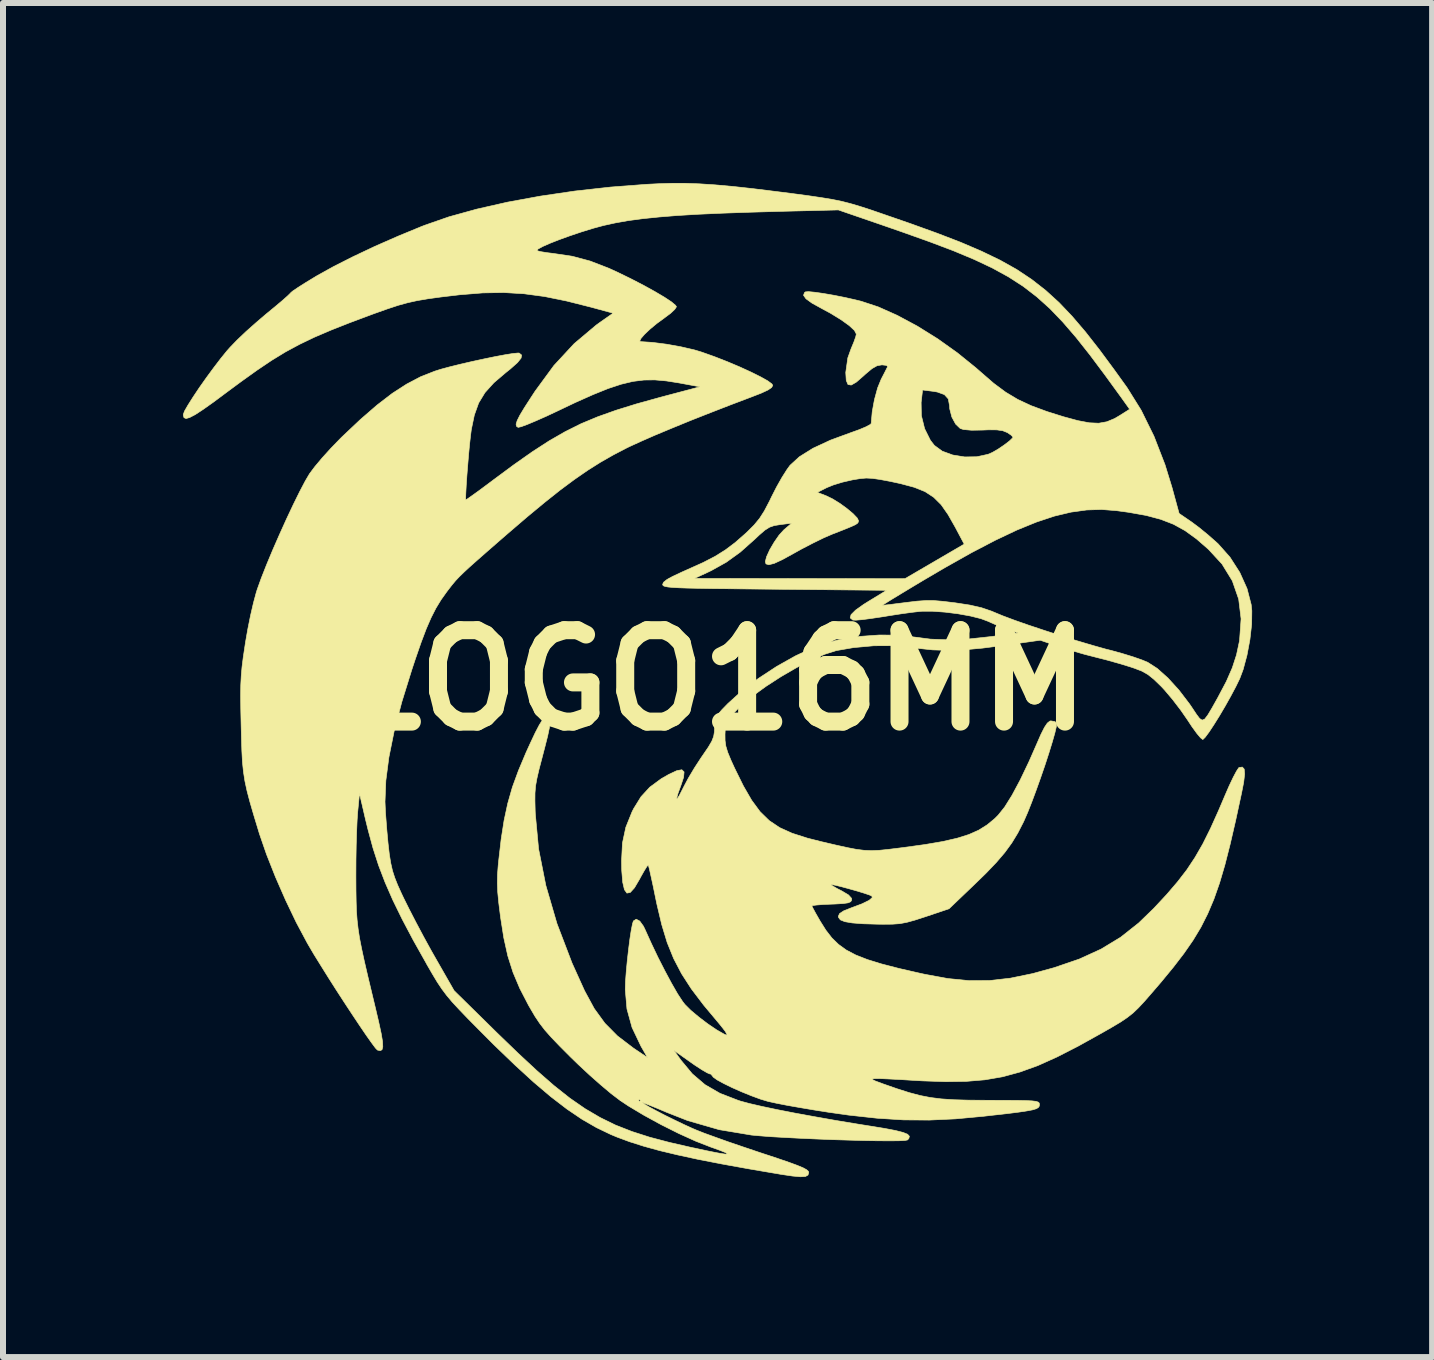
<source format=kicad_pcb>
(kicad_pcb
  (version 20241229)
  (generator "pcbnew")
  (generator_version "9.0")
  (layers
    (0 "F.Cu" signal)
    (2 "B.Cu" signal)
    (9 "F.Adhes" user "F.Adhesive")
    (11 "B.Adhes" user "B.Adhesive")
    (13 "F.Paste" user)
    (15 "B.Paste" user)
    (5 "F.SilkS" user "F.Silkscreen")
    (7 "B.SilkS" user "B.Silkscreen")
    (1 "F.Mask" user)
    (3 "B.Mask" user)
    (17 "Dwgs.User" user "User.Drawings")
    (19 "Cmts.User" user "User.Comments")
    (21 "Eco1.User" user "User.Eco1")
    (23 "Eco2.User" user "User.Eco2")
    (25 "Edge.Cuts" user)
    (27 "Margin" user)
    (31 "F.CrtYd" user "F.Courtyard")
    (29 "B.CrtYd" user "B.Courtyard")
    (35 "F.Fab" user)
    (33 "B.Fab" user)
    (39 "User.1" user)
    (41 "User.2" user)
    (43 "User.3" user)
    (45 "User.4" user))
  (footprint "LOGO16MM"
    (layer "F.Cu")
    (at 8.895 8.288)
    (property "Reference" "LOGO16MM" (at 0 0 0) (layer "F.SilkS") (effects (font (size 1.524 1.524) (thickness 0.3))))
    (attr through_hole)
    (fp_poly (pts (xy -0.523 -8.283) (xy -0.286 -8.274) (xy -0.027 -8.257) (xy 0.266 -8.231) (xy 0.602 -8.194) (xy 0.991 -8.146) (xy 1.267 -8.111) (xy 1.536 -8.075) (xy 1.752 -8.043) (xy 1.928 -8.014) (xy 2.081 -7.983) (xy 2.226 -7.946) (xy 2.379 -7.901) (xy 2.556 -7.844) (xy 2.713 -7.79) (xy 3.222 -7.614) (xy 3.671 -7.452) (xy 4.066 -7.3) (xy 4.414 -7.151) (xy 4.723 -7.002) (xy 5 -6.847) (xy 5.251 -6.68) (xy 5.484 -6.498) (xy 5.707 -6.295) (xy 5.925 -6.066) (xy 6.147 -5.806) (xy 6.379 -5.51) (xy 6.628 -5.173) (xy 6.841 -4.877) (xy 7.076 -4.5) (xy 7.289 -4.067) (xy 7.473 -3.592) (xy 7.589 -3.215) (xy 7.708 -2.78) (xy 7.914 -2.639) (xy 8.039 -2.546) (xy 8.186 -2.426) (xy 8.328 -2.301) (xy 8.357 -2.275) (xy 8.555 -2.052) (xy 8.719 -1.797) (xy 8.84 -1.528) (xy 8.909 -1.262) (xy 8.92 -1.158) (xy 8.917 -0.933) (xy 8.888 -0.677) (xy 8.839 -0.416) (xy 8.775 -0.178) (xy 8.719 -0.029) (xy 8.653 0.107) (xy 8.57 0.263) (xy 8.477 0.429) (xy 8.381 0.592) (xy 8.288 0.741) (xy 8.207 0.864) (xy 8.143 0.95) (xy 8.105 0.987) (xy 8.102 0.988) (xy 8.066 0.96) (xy 8.002 0.884) (xy 7.921 0.772) (xy 7.848 0.661) (xy 7.732 0.494) (xy 7.597 0.318) (xy 7.465 0.162) (xy 7.409 0.102) (xy 7.288 -0.015) (xy 7.19 -0.094) (xy 7.09 -0.151) (xy 6.963 -0.2) (xy 6.897 -0.222) (xy 6.717 -0.277) (xy 6.511 -0.335) (xy 6.322 -0.383) (xy 6.315 -0.385) (xy 6.132 -0.432) (xy 5.923 -0.492) (xy 5.73 -0.552) (xy 5.704 -0.561) (xy 5.393 -0.667) (xy 4.787 -0.581) (xy 4.428 -0.535) (xy 4.122 -0.507) (xy 3.851 -0.498) (xy 3.6 -0.506) (xy 3.353 -0.532) (xy 3.247 -0.548) (xy 2.952 -0.576) (xy 2.621 -0.575) (xy 2.281 -0.544) (xy 1.993 -0.494) (xy 1.804 -0.434) (xy 1.577 -0.336) (xy 1.328 -0.208) (xy 1.071 -0.059) (xy 0.822 0.102) (xy 0.595 0.267) (xy 0.406 0.426) (xy 0.346 0.484) (xy 0.246 0.587) (xy 0.186 0.662) (xy 0.155 0.729) (xy 0.143 0.81) (xy 0.139 0.9) (xy 0.14 1.004) (xy 0.153 1.098) (xy 0.184 1.201) (xy 0.238 1.332) (xy 0.298 1.463) (xy 0.445 1.761) (xy 0.583 2) (xy 0.723 2.19) (xy 0.875 2.339) (xy 1.049 2.456) (xy 1.257 2.55) (xy 1.509 2.631) (xy 1.746 2.691) (xy 1.99 2.748) (xy 2.18 2.79) (xy 2.331 2.819) (xy 2.46 2.835) (xy 2.58 2.84) (xy 2.707 2.835) (xy 2.856 2.82) (xy 3.042 2.797) (xy 3.122 2.787) (xy 3.476 2.738) (xy 3.768 2.688) (xy 4.008 2.633) (xy 4.205 2.571) (xy 4.369 2.498) (xy 4.509 2.41) (xy 4.635 2.306) (xy 4.692 2.249) (xy 4.8 2.114) (xy 4.923 1.917) (xy 5.059 1.663) (xy 5.204 1.36) (xy 5.329 1.076) (xy 5.405 0.902) (xy 5.464 0.785) (xy 5.511 0.715) (xy 5.552 0.682) (xy 5.569 0.677) (xy 5.64 0.69) (xy 5.666 0.72) (xy 5.662 0.772) (xy 5.637 0.879) (xy 5.594 1.03) (xy 5.538 1.212) (xy 5.472 1.415) (xy 5.399 1.627) (xy 5.324 1.837) (xy 5.251 2.033) (xy 5.183 2.205) (xy 5.124 2.34) (xy 5.115 2.36) (xy 5.019 2.547) (xy 4.918 2.713) (xy 4.802 2.872) (xy 4.661 3.037) (xy 4.485 3.221) (xy 4.287 3.413) (xy 3.873 3.809) (xy 3.48 3.941) (xy 3.304 3.998) (xy 3.17 4.035) (xy 3.053 4.057) (xy 2.927 4.066) (xy 2.769 4.067) (xy 2.681 4.066) (xy 2.438 4.059) (xy 2.259 4.045) (xy 2.136 4.024) (xy 2.062 3.994) (xy 2.031 3.953) (xy 2.028 3.935) (xy 2.049 3.889) (xy 2.117 3.844) (xy 2.24 3.795) (xy 2.424 3.726) (xy 2.542 3.668) (xy 2.593 3.623) (xy 2.588 3.599) (xy 2.546 3.579) (xy 2.457 3.549) (xy 2.339 3.513) (xy 2.208 3.476) (xy 2.083 3.442) (xy 1.98 3.417) (xy 1.917 3.406) (xy 1.905 3.407) (xy 1.934 3.429) (xy 2.008 3.472) (xy 2.084 3.511) (xy 2.197 3.578) (xy 2.248 3.634) (xy 2.251 3.662) (xy 2.235 3.691) (xy 2.192 3.71) (xy 2.108 3.722) (xy 1.972 3.73) (xy 1.913 3.732) (xy 1.772 3.738) (xy 1.661 3.747) (xy 1.597 3.756) (xy 1.587 3.761) (xy 1.604 3.798) (xy 1.648 3.88) (xy 1.711 3.99) (xy 1.726 4.016) (xy 1.821 4.167) (xy 1.92 4.295) (xy 2.031 4.403) (xy 2.161 4.497) (xy 2.319 4.58) (xy 2.513 4.656) (xy 2.75 4.729) (xy 3.04 4.804) (xy 3.39 4.884) (xy 3.473 4.902) (xy 3.854 4.972) (xy 4.206 5.007) (xy 4.547 5.005) (xy 4.895 4.966) (xy 5.268 4.889) (xy 5.627 4.79) (xy 6.045 4.647) (xy 6.408 4.481) (xy 6.733 4.284) (xy 7.034 4.046) (xy 7.287 3.801) (xy 7.502 3.57) (xy 7.682 3.36) (xy 7.837 3.159) (xy 7.974 2.952) (xy 8.103 2.728) (xy 8.231 2.471) (xy 8.366 2.171) (xy 8.47 1.927) (xy 8.542 1.761) (xy 8.609 1.62) (xy 8.664 1.516) (xy 8.701 1.46) (xy 8.707 1.455) (xy 8.762 1.447) (xy 8.793 1.481) (xy 8.8 1.564) (xy 8.784 1.701) (xy 8.75 1.875) (xy 8.651 2.334) (xy 8.559 2.732) (xy 8.471 3.078) (xy 8.382 3.38) (xy 8.288 3.648) (xy 8.185 3.891) (xy 8.071 4.117) (xy 7.939 4.336) (xy 7.787 4.555) (xy 7.611 4.784) (xy 7.407 5.032) (xy 7.26 5.203) (xy 7.133 5.349) (xy 7.031 5.459) (xy 6.939 5.547) (xy 6.842 5.623) (xy 6.726 5.701) (xy 6.574 5.791) (xy 6.417 5.881) (xy 6.023 6.1) (xy 5.673 6.279) (xy 5.355 6.422) (xy 5.056 6.53) (xy 4.766 6.609) (xy 4.47 6.66) (xy 4.159 6.686) (xy 3.819 6.691) (xy 3.438 6.678) (xy 3.312 6.671) (xy 3.049 6.655) (xy 2.851 6.645) (xy 2.713 6.639) (xy 2.63 6.64) (xy 2.595 6.646) (xy 2.604 6.66) (xy 2.65 6.682) (xy 2.73 6.711) (xy 2.769 6.726) (xy 3.007 6.809) (xy 3.208 6.873) (xy 3.388 6.921) (xy 3.562 6.955) (xy 3.744 6.978) (xy 3.95 6.992) (xy 4.195 6.999) (xy 4.493 7.001) (xy 4.533 7.001) (xy 4.799 7.002) (xy 5.002 7.003) (xy 5.152 7.006) (xy 5.255 7.011) (xy 5.322 7.019) (xy 5.359 7.031) (xy 5.376 7.047) (xy 5.38 7.067) (xy 5.38 7.072) (xy 5.377 7.099) (xy 5.361 7.122) (xy 5.327 7.142) (xy 5.264 7.161) (xy 5.167 7.179) (xy 5.026 7.2) (xy 4.835 7.224) (xy 4.584 7.252) (xy 4.445 7.268) (xy 3.981 7.311) (xy 3.545 7.331) (xy 3.116 7.328) (xy 2.674 7.3) (xy 2.199 7.248) (xy 1.867 7.201) (xy 1.627 7.163) (xy 1.39 7.123) (xy 1.174 7.085) (xy 0.995 7.05) (xy 0.867 7.022) (xy 0.861 7.021) (xy 0.731 6.982) (xy 0.579 6.926) (xy 0.416 6.86) (xy 0.258 6.79) (xy 0.117 6.721) (xy 0.007 6.661) (xy -0.058 6.614) (xy -0.071 6.595) (xy -0.098 6.564) (xy -0.115 6.562) (xy -0.161 6.542) (xy -0.25 6.49) (xy -0.365 6.415) (xy -0.436 6.365) (xy -0.713 6.169) (xy -0.595 6.333) (xy -0.406 6.56) (xy -0.194 6.741) (xy 0.057 6.886) (xy 0.36 7.003) (xy 0.404 7.017) (xy 0.549 7.056) (xy 0.753 7.103) (xy 1.009 7.157) (xy 1.305 7.215) (xy 1.634 7.275) (xy 1.984 7.337) (xy 2.346 7.397) (xy 2.553 7.43) (xy 2.799 7.47) (xy 2.982 7.505) (xy 3.107 7.537) (xy 3.182 7.567) (xy 3.212 7.6) (xy 3.204 7.636) (xy 3.182 7.662) (xy 3.138 7.671) (xy 3.033 7.676) (xy 2.877 7.677) (xy 2.678 7.676) (xy 2.447 7.672) (xy 2.193 7.665) (xy 1.925 7.657) (xy 1.653 7.646) (xy 1.386 7.634) (xy 1.134 7.621) (xy 0.906 7.608) (xy 0.712 7.593) (xy 0.582 7.581) (xy 0.043 7.491) (xy -0.484 7.339) (xy -0.833 7.202) (xy -0.986 7.137) (xy -1.112 7.086) (xy -1.199 7.052) (xy -1.234 7.04) (xy -1.235 7.041) (xy -1.205 7.065) (xy -1.124 7.113) (xy -1.005 7.177) (xy -0.861 7.252) (xy -0.704 7.329) (xy -0.548 7.404) (xy -0.406 7.469) (xy -0.335 7.499) (xy -0.206 7.55) (xy -0.024 7.616) (xy 0.194 7.694) (xy 0.434 7.776) (xy 0.68 7.859) (xy 0.758 7.885) (xy 1.012 7.969) (xy 1.205 8.035) (xy 1.346 8.087) (xy 1.442 8.127) (xy 1.5 8.159) (xy 1.529 8.186) (xy 1.535 8.206) (xy 1.522 8.248) (xy 1.48 8.271) (xy 1.397 8.276) (xy 1.265 8.264) (xy 1.075 8.236) (xy 1.058 8.233) (xy 0.542 8.145) (xy 0.088 8.063) (xy -0.308 7.986) (xy -0.653 7.911) (xy -0.954 7.839) (xy -1.218 7.766) (xy -1.451 7.692) (xy -1.659 7.615) (xy -1.767 7.57) (xy -2.004 7.456) (xy -2.245 7.317) (xy -2.496 7.147) (xy -2.763 6.942) (xy -3.051 6.698) (xy -3.366 6.41) (xy -3.715 6.074) (xy -3.956 5.832) (xy -4.145 5.641) (xy -4.292 5.488) (xy -4.408 5.363) (xy -4.501 5.252) (xy -4.581 5.145) (xy -4.657 5.031) (xy -4.737 4.898) (xy -4.832 4.734) (xy -4.835 4.727) (xy -5.057 4.332) (xy -5.242 3.982) (xy -5.397 3.665) (xy -5.526 3.37) (xy -5.635 3.085) (xy -5.728 2.797) (xy -5.81 2.494) (xy -5.855 2.311) (xy -5.921 2.025) (xy -5.528 2.025) (xy -5.52 2.205) (xy -5.498 2.491) (xy -5.477 2.719) (xy -5.456 2.901) (xy -5.432 3.049) (xy -5.403 3.176) (xy -5.365 3.293) (xy -5.317 3.414) (xy -5.256 3.549) (xy -5.219 3.627) (xy -5.127 3.812) (xy -5.012 4.035) (xy -4.885 4.274) (xy -4.757 4.507) (xy -4.694 4.618) (xy -4.376 5.174) (xy -3.661 5.877) (xy -3.31 6.216) (xy -2.997 6.507) (xy -2.713 6.755) (xy -2.448 6.965) (xy -2.194 7.141) (xy -1.942 7.289) (xy -1.685 7.415) (xy -1.411 7.522) (xy -1.115 7.617) (xy -0.785 7.704) (xy -0.414 7.789) (xy -0.374 7.797) (xy -0.165 7.842) (xy -0.016 7.872) (xy 0.083 7.89) (xy 0.142 7.898) (xy 0.17 7.897) (xy 0.176 7.889) (xy 0.146 7.872) (xy 0.064 7.839) (xy -0.054 7.796) (xy -0.097 7.781) (xy -0.348 7.683) (xy -0.633 7.554) (xy -0.93 7.405) (xy -1.217 7.248) (xy -1.474 7.094) (xy -1.61 7.003) (xy -1.305 7.003) (xy -1.288 7.02) (xy -1.27 7.003) (xy -1.288 6.985) (xy -1.305 7.003) (xy -1.61 7.003) (xy -1.622 6.994) (xy -1.76 6.889) (xy -1.93 6.746) (xy -2.118 6.58) (xy -2.306 6.405) (xy -2.442 6.273) (xy -2.62 6.094) (xy -2.757 5.951) (xy -2.864 5.83) (xy -2.95 5.718) (xy -3.027 5.603) (xy -3.104 5.472) (xy -3.135 5.419) (xy -3.281 5.137) (xy -3.394 4.869) (xy -3.481 4.595) (xy -3.548 4.293) (xy -3.603 3.943) (xy -3.604 3.933) (xy -3.632 3.709) (xy -3.649 3.533) (xy -3.655 3.385) (xy -3.653 3.242) (xy -3.641 3.085) (xy -3.634 3.016) (xy -3.592 2.65) (xy -3.543 2.336) (xy -3.482 2.053) (xy -3.405 1.783) (xy -3.304 1.507) (xy -3.177 1.205) (xy -3.11 1.058) (xy -3.023 0.873) (xy -2.956 0.745) (xy -2.906 0.665) (xy -2.865 0.626) (xy -2.838 0.617) (xy -2.803 0.624) (xy -2.782 0.65) (xy -2.777 0.703) (xy -2.788 0.792) (xy -2.816 0.926) (xy -2.863 1.112) (xy -2.909 1.288) (xy -2.961 1.486) (xy -2.996 1.637) (xy -3.018 1.76) (xy -3.028 1.878) (xy -3.029 2.01) (xy -3.025 2.176) (xy -3.023 2.223) (xy -2.968 2.812) (xy -2.847 3.422) (xy -2.662 4.056) (xy -2.411 4.713) (xy -2.202 5.175) (xy -2.041 5.472) (xy -1.863 5.717) (xy -1.653 5.929) (xy -1.393 6.127) (xy -1.379 6.137) (xy -1.153 6.289) (xy -1.262 6.099) (xy -1.41 5.788) (xy -1.495 5.48) (xy -1.523 5.157) (xy -1.523 5.147) (xy -1.519 5.02) (xy -1.507 4.858) (xy -1.49 4.677) (xy -1.469 4.491) (xy -1.447 4.316) (xy -1.424 4.168) (xy -1.403 4.061) (xy -1.388 4.013) (xy -1.341 3.983) (xy -1.282 4.014) (xy -1.22 4.1) (xy -1.194 4.154) (xy -1.09 4.384) (xy -0.978 4.619) (xy -0.862 4.846) (xy -0.751 5.053) (xy -0.651 5.227) (xy -0.567 5.355) (xy -0.529 5.404) (xy -0.431 5.502) (xy -0.297 5.614) (xy -0.147 5.728) (xy -0.001 5.827) (xy 0.122 5.897) (xy 0.162 5.915) (xy 0.173 5.904) (xy 0.141 5.849) (xy 0.071 5.759) (xy 0.033 5.713) (xy -0.217 5.414) (xy -0.421 5.145) (xy -0.585 4.891) (xy -0.717 4.638) (xy -0.825 4.371) (xy -0.915 4.075) (xy -0.996 3.734) (xy -1.022 3.609) (xy -1.059 3.428) (xy -1.093 3.273) (xy -1.119 3.157) (xy -1.136 3.091) (xy -1.14 3.081) (xy -1.162 3.103) (xy -1.207 3.175) (xy -1.267 3.281) (xy -1.286 3.317) (xy -1.37 3.46) (xy -1.44 3.537) (xy -1.496 3.548) (xy -1.537 3.491) (xy -1.566 3.367) (xy -1.582 3.173) (xy -1.585 3.009) (xy -1.57 2.713) (xy -1.514 2.451) (xy -1.411 2.195) (xy -1.384 2.141) (xy -1.261 1.942) (xy -1.114 1.782) (xy -0.924 1.642) (xy -0.799 1.57) (xy -0.664 1.507) (xy -0.58 1.492) (xy -0.543 1.528) (xy -0.551 1.617) (xy -0.594 1.748) (xy -0.645 1.888) (xy -0.666 1.964) (xy -0.66 1.977) (xy -0.625 1.926) (xy -0.565 1.809) (xy -0.551 1.781) (xy -0.473 1.634) (xy -0.371 1.463) (xy -0.263 1.297) (xy -0.233 1.253) (xy -0.14 1.117) (xy -0.081 1.017) (xy -0.05 0.937) (xy -0.037 0.857) (xy -0.035 0.793) (xy -0.033 0.704) (xy -0.018 0.637) (xy 0.018 0.572) (xy 0.086 0.493) (xy 0.185 0.391) (xy 0.418 0.18) (xy 0.697 -0.031) (xy 1.002 -0.231) (xy 1.314 -0.406) (xy 1.615 -0.547) (xy 1.805 -0.616) (xy 2.079 -0.685) (xy 2.39 -0.731) (xy 2.712 -0.754) (xy 3.019 -0.751) (xy 3.263 -0.724) (xy 3.565 -0.685) (xy 3.876 -0.673) (xy 4.216 -0.689) (xy 4.585 -0.729) (xy 5.025 -0.788) (xy 4.849 -0.848) (xy 4.712 -0.899) (xy 4.574 -0.959) (xy 4.53 -0.98) (xy 4.404 -1.027) (xy 4.228 -1.071) (xy 4.022 -1.108) (xy 3.806 -1.135) (xy 3.6 -1.15) (xy 3.424 -1.15) (xy 3.387 -1.147) (xy 3.256 -1.132) (xy 3.081 -1.108) (xy 2.887 -1.078) (xy 2.738 -1.054) (xy 2.57 -1.029) (xy 2.426 -1.01) (xy 2.321 -1.001) (xy 2.27 -1.003) (xy 2.226 -1.039) (xy 2.24 -1.093) (xy 2.315 -1.168) (xy 2.43 -1.25) (xy 2.762 -1.25) (xy 2.798 -1.252) (xy 2.889 -1.262) (xy 3.021 -1.279) (xy 3.157 -1.296) (xy 3.338 -1.318) (xy 3.484 -1.328) (xy 3.62 -1.328) (xy 3.773 -1.315) (xy 3.97 -1.291) (xy 3.972 -1.291) (xy 4.22 -1.253) (xy 4.416 -1.208) (xy 4.58 -1.152) (xy 4.63 -1.131) (xy 4.77 -1.073) (xy 4.965 -1) (xy 5.199 -0.918) (xy 5.46 -0.831) (xy 5.734 -0.742) (xy 6.006 -0.658) (xy 6.262 -0.582) (xy 6.489 -0.518) (xy 6.578 -0.496) (xy 6.762 -0.445) (xy 6.941 -0.39) (xy 7.092 -0.337) (xy 7.184 -0.299) (xy 7.344 -0.196) (xy 7.521 -0.038) (xy 7.704 0.163) (xy 7.882 0.396) (xy 7.931 0.468) (xy 7.999 0.571) (xy 8.05 0.638) (xy 8.092 0.665) (xy 8.135 0.647) (xy 8.186 0.58) (xy 8.257 0.461) (xy 8.355 0.286) (xy 8.357 0.282) (xy 8.495 0.021) (xy 8.595 -0.208) (xy 8.665 -0.424) (xy 8.713 -0.649) (xy 8.716 -0.669) (xy 8.741 -1.023) (xy 8.701 -1.352) (xy 8.595 -1.657) (xy 8.423 -1.937) (xy 8.197 -2.182) (xy 7.997 -2.356) (xy 7.808 -2.493) (xy 7.614 -2.6) (xy 7.402 -2.682) (xy 7.158 -2.747) (xy 6.866 -2.799) (xy 6.661 -2.827) (xy 6.416 -2.846) (xy 6.167 -2.838) (xy 5.906 -2.802) (xy 5.63 -2.736) (xy 5.331 -2.637) (xy 5.005 -2.504) (xy 4.646 -2.334) (xy 4.247 -2.126) (xy 3.803 -1.876) (xy 3.433 -1.659) (xy 3.238 -1.542) (xy 3.066 -1.438) (xy 2.924 -1.352) (xy 2.823 -1.289) (xy 2.769 -1.255) (xy 2.762 -1.25) (xy 2.43 -1.25) (xy 2.453 -1.266) (xy 2.528 -1.313) (xy 2.833 -1.499) (xy 0.967 -1.517) (xy 0.556 -1.521) (xy 0.211 -1.525) (xy -0.075 -1.528) (xy -0.308 -1.532) (xy -0.492 -1.536) (xy -0.633 -1.541) (xy -0.738 -1.547) (xy -0.811 -1.554) (xy -0.858 -1.563) (xy -0.885 -1.573) (xy -0.897 -1.585) (xy -0.9 -1.599) (xy -0.9 -1.6) (xy -0.883 -1.635) (xy -0.829 -1.678) (xy -0.796 -1.697) (xy -0.37 -1.697) (xy 3.139 -1.693) (xy 3.633 -1.981) (xy 4.126 -2.269) (xy 3.977 -2.55) (xy 3.856 -2.763) (xy 3.741 -2.927) (xy 3.617 -3.05) (xy 3.473 -3.144) (xy 3.294 -3.216) (xy 3.066 -3.277) (xy 2.89 -3.315) (xy 2.719 -3.347) (xy 2.594 -3.365) (xy 2.493 -3.37) (xy 2.392 -3.361) (xy 2.27 -3.341) (xy 2.251 -3.337) (xy 2.095 -3.301) (xy 1.945 -3.255) (xy 1.831 -3.209) (xy 1.83 -3.208) (xy 1.678 -3.131) (xy 1.828 -3.073) (xy 1.933 -3.022) (xy 2.053 -2.948) (xy 2.171 -2.862) (xy 2.273 -2.777) (xy 2.342 -2.705) (xy 2.364 -2.661) (xy 2.361 -2.637) (xy 2.347 -2.616) (xy 2.311 -2.592) (xy 2.243 -2.561) (xy 2.131 -2.515) (xy 1.966 -2.45) (xy 1.931 -2.437) (xy 1.785 -2.374) (xy 1.605 -2.286) (xy 1.416 -2.188) (xy 1.285 -2.115) (xy 1.096 -2.011) (xy 0.96 -1.948) (xy 0.87 -1.925) (xy 0.822 -1.939) (xy 0.811 -1.977) (xy 0.832 -2.059) (xy 0.885 -2.175) (xy 0.959 -2.301) (xy 1.04 -2.418) (xy 1.117 -2.503) (xy 1.122 -2.508) (xy 1.252 -2.618) (xy 1.059 -2.594) (xy 0.96 -2.578) (xy 0.882 -2.551) (xy 0.804 -2.502) (xy 0.709 -2.42) (xy 0.635 -2.35) (xy 0.393 -2.135) (xy 0.16 -1.967) (xy -0.089 -1.828) (xy -0.152 -1.798) (xy -0.37 -1.697) (xy -0.796 -1.697) (xy -0.729 -1.733) (xy -0.575 -1.805) (xy -0.474 -1.85) (xy -0.225 -1.962) (xy -0.024 -2.066) (xy 0.147 -2.173) (xy 0.309 -2.295) (xy 0.48 -2.445) (xy 0.512 -2.475) (xy 0.625 -2.588) (xy 0.715 -2.697) (xy 0.795 -2.822) (xy 0.881 -2.986) (xy 0.913 -3.053) (xy 0.998 -3.22) (xy 1.089 -3.381) (xy 1.174 -3.515) (xy 1.223 -3.582) (xy 1.379 -3.725) (xy 1.605 -3.866) (xy 1.9 -4.003) (xy 2.235 -4.126) (xy 2.377 -4.177) (xy 2.491 -4.225) (xy 2.561 -4.263) (xy 2.576 -4.28) (xy 2.593 -4.475) (xy 2.621 -4.629) (xy 3.408 -4.629) (xy 3.412 -4.411) (xy 3.466 -4.193) (xy 3.562 -4) (xy 3.629 -3.914) (xy 3.76 -3.818) (xy 3.935 -3.754) (xy 4.134 -3.722) (xy 4.337 -3.725) (xy 4.524 -3.766) (xy 4.596 -3.797) (xy 4.694 -3.854) (xy 4.794 -3.922) (xy 4.879 -3.987) (xy 4.931 -4.037) (xy 4.939 -4.052) (xy 4.911 -4.083) (xy 4.845 -4.128) (xy 4.84 -4.13) (xy 4.768 -4.159) (xy 4.671 -4.173) (xy 4.53 -4.174) (xy 4.44 -4.17) (xy 4.248 -4.167) (xy 4.114 -4.179) (xy 4.059 -4.197) (xy 3.983 -4.27) (xy 3.92 -4.387) (xy 3.885 -4.522) (xy 3.881 -4.578) (xy 3.861 -4.689) (xy 3.796 -4.761) (xy 3.677 -4.804) (xy 3.612 -4.815) (xy 3.432 -4.838) (xy 3.408 -4.629) (xy 2.621 -4.629) (xy 2.631 -4.681) (xy 2.683 -4.872) (xy 2.742 -5.017) (xy 2.796 -5.121) (xy 2.836 -5.2) (xy 2.851 -5.23) (xy 2.829 -5.248) (xy 2.76 -5.256) (xy 2.752 -5.256) (xy 2.675 -5.243) (xy 2.59 -5.195) (xy 2.481 -5.104) (xy 2.451 -5.076) (xy 2.328 -4.969) (xy 2.243 -4.92) (xy 2.189 -4.929) (xy 2.16 -4.997) (xy 2.152 -5.126) (xy 2.152 -5.131) (xy 2.186 -5.373) (xy 2.24 -5.524) (xy 2.287 -5.637) (xy 2.319 -5.728) (xy 2.328 -5.77) (xy 2.297 -5.83) (xy 2.21 -5.911) (xy 2.075 -6.008) (xy 1.901 -6.115) (xy 1.755 -6.194) (xy 1.59 -6.285) (xy 1.489 -6.358) (xy 1.448 -6.416) (xy 1.464 -6.461) (xy 1.48 -6.473) (xy 1.531 -6.477) (xy 1.637 -6.467) (xy 1.783 -6.446) (xy 1.956 -6.416) (xy 2.142 -6.379) (xy 2.326 -6.337) (xy 2.408 -6.317) (xy 2.693 -6.223) (xy 3.009 -6.082) (xy 3.343 -5.903) (xy 3.682 -5.692) (xy 4.012 -5.457) (xy 4.321 -5.207) (xy 4.41 -5.129) (xy 4.619 -4.948) (xy 4.817 -4.801) (xy 5.019 -4.68) (xy 5.242 -4.576) (xy 5.504 -4.479) (xy 5.781 -4.392) (xy 6.021 -4.327) (xy 6.212 -4.291) (xy 6.368 -4.284) (xy 6.503 -4.308) (xy 6.633 -4.362) (xy 6.721 -4.414) (xy 6.884 -4.517) (xy 6.752 -4.702) (xy 6.473 -5.086) (xy 6.221 -5.423) (xy 5.989 -5.716) (xy 5.769 -5.971) (xy 5.555 -6.194) (xy 5.337 -6.39) (xy 5.11 -6.565) (xy 4.865 -6.723) (xy 4.595 -6.871) (xy 4.292 -7.014) (xy 3.95 -7.157) (xy 3.559 -7.305) (xy 3.114 -7.464) (xy 2.769 -7.584) (xy 2.028 -7.839) (xy 1.094 -7.816) (xy 0.567 -7.801) (xy 0.104 -7.785) (xy -0.301 -7.767) (xy -0.655 -7.746) (xy -0.964 -7.721) (xy -1.235 -7.693) (xy -1.474 -7.661) (xy -1.688 -7.623) (xy -1.884 -7.58) (xy -2.055 -7.534) (xy -2.253 -7.473) (xy -2.446 -7.408) (xy -2.626 -7.343) (xy -2.781 -7.282) (xy -2.901 -7.229) (xy -2.976 -7.188) (xy -2.996 -7.163) (xy -2.993 -7.16) (xy -2.935 -7.144) (xy -2.83 -7.127) (xy -2.718 -7.113) (xy -2.408 -7.067) (xy -2.109 -6.987) (xy -1.796 -6.866) (xy -1.662 -6.805) (xy -1.434 -6.694) (xy -1.221 -6.584) (xy -1.031 -6.479) (xy -0.872 -6.385) (xy -0.754 -6.307) (xy -0.685 -6.249) (xy -0.67 -6.225) (xy -0.698 -6.182) (xy -0.769 -6.115) (xy -0.87 -6.04) (xy -0.873 -6.037) (xy -0.998 -5.946) (xy -1.111 -5.852) (xy -1.202 -5.766) (xy -1.262 -5.696) (xy -1.282 -5.653) (xy -1.268 -5.644) (xy -1.07 -5.631) (xy -0.835 -5.601) (xy -0.592 -5.557) (xy -0.371 -5.506) (xy -0.252 -5.47) (xy -0.038 -5.394) (xy 0.177 -5.31) (xy 0.383 -5.223) (xy 0.571 -5.137) (xy 0.73 -5.058) (xy 0.85 -4.991) (xy 0.92 -4.939) (xy 0.935 -4.915) (xy 0.916 -4.879) (xy 0.854 -4.837) (xy 0.742 -4.785) (xy 0.569 -4.718) (xy 0.564 -4.716) (xy 0.231 -4.59) (xy -0.106 -4.459) (xy -0.436 -4.329) (xy -0.746 -4.202) (xy -1.027 -4.085) (xy -1.266 -3.98) (xy -1.454 -3.894) (xy -1.499 -3.872) (xy -1.722 -3.756) (xy -1.936 -3.634) (xy -2.15 -3.499) (xy -2.37 -3.347) (xy -2.607 -3.171) (xy -2.866 -2.965) (xy -3.157 -2.724) (xy -3.487 -2.441) (xy -3.616 -2.329) (xy -3.827 -2.145) (xy -3.992 -2) (xy -4.119 -1.887) (xy -4.216 -1.797) (xy -4.291 -1.724) (xy -4.351 -1.66) (xy -4.404 -1.597) (xy -4.458 -1.528) (xy -4.5 -1.473) (xy -4.594 -1.341) (xy -4.679 -1.201) (xy -4.759 -1.044) (xy -4.84 -0.858) (xy -4.926 -0.631) (xy -5.022 -0.354) (xy -5.081 -0.176) (xy -5.248 0.362) (xy -5.375 0.847) (xy -5.463 1.283) (xy -5.514 1.674) (xy -5.528 2.025) (xy -5.921 2.025) (xy -5.953 1.887) (xy -5.984 2.205) (xy -5.993 2.339) (xy -6.001 2.528) (xy -6.008 2.753) (xy -6.012 2.999) (xy -6.013 3.249) (xy -6.013 3.281) (xy -6.012 3.498) (xy -6.009 3.682) (xy -6.004 3.844) (xy -5.993 3.994) (xy -5.976 4.143) (xy -5.952 4.3) (xy -5.917 4.478) (xy -5.872 4.686) (xy -5.814 4.936) (xy -5.742 5.237) (xy -5.692 5.445) (xy -5.633 5.696) (xy -5.592 5.885) (xy -5.569 6.021) (xy -5.565 6.11) (xy -5.578 6.159) (xy -5.608 6.174) (xy -5.654 6.164) (xy -5.687 6.13) (xy -5.751 6.044) (xy -5.841 5.917) (xy -5.951 5.755) (xy -6.075 5.569) (xy -6.208 5.367) (xy -6.344 5.157) (xy -6.477 4.948) (xy -6.601 4.749) (xy -6.712 4.57) (xy -6.802 4.417) (xy -6.825 4.377) (xy -7.006 4.038) (xy -7.185 3.664) (xy -7.354 3.278) (xy -7.503 2.901) (xy -7.622 2.556) (xy -7.633 2.519) (xy -7.716 2.246) (xy -7.78 2.026) (xy -7.828 1.843) (xy -7.863 1.681) (xy -7.887 1.526) (xy -7.904 1.362) (xy -7.914 1.173) (xy -7.921 0.946) (xy -7.926 0.741) (xy -7.932 0.472) (xy -7.934 0.258) (xy -7.932 0.082) (xy -7.924 -0.072) (xy -7.911 -0.221) (xy -7.891 -0.38) (xy -7.863 -0.566) (xy -7.854 -0.627) (xy -7.815 -0.851) (xy -7.769 -1.08) (xy -7.72 -1.291) (xy -7.674 -1.462) (xy -7.657 -1.516) (xy -7.59 -1.702) (xy -7.502 -1.925) (xy -7.399 -2.172) (xy -7.286 -2.43) (xy -7.17 -2.687) (xy -7.056 -2.929) (xy -6.95 -3.144) (xy -6.858 -3.319) (xy -6.787 -3.44) (xy -6.699 -3.558) (xy -6.575 -3.706) (xy -6.429 -3.867) (xy -6.277 -4.024) (xy -6.249 -4.052) (xy -5.939 -4.345) (xy -5.661 -4.586) (xy -5.407 -4.781) (xy -5.167 -4.936) (xy -4.935 -5.058) (xy -4.7 -5.151) (xy -4.599 -5.183) (xy -4.451 -5.223) (xy -4.273 -5.267) (xy -4.079 -5.312) (xy -3.881 -5.355) (xy -3.692 -5.394) (xy -3.526 -5.425) (xy -3.395 -5.446) (xy -3.312 -5.454) (xy -3.292 -5.453) (xy -3.251 -5.42) (xy -3.26 -5.369) (xy -3.32 -5.294) (xy -3.437 -5.19) (xy -3.511 -5.131) (xy -3.713 -4.959) (xy -3.862 -4.794) (xy -3.967 -4.621) (xy -4.039 -4.42) (xy -4.089 -4.18) (xy -4.102 -4.078) (xy -4.118 -3.936) (xy -4.134 -3.768) (xy -4.149 -3.588) (xy -4.163 -3.411) (xy -4.174 -3.25) (xy -4.181 -3.119) (xy -4.184 -3.034) (xy -4.181 -3.007) (xy -4.152 -3.024) (xy -4.077 -3.077) (xy -3.964 -3.158) (xy -3.824 -3.262) (xy -3.728 -3.334) (xy -3.381 -3.591) (xy -3.074 -3.807) (xy -2.793 -3.989) (xy -2.527 -4.142) (xy -2.261 -4.275) (xy -1.983 -4.391) (xy -1.68 -4.499) (xy -1.339 -4.605) (xy -0.946 -4.714) (xy -0.853 -4.739) (xy -0.278 -4.891) (xy -0.63 -4.956) (xy -0.839 -4.989) (xy -1.03 -5.006) (xy -1.212 -5.004) (xy -1.396 -4.981) (xy -1.592 -4.934) (xy -1.81 -4.862) (xy -2.06 -4.761) (xy -2.352 -4.631) (xy -2.644 -4.492) (xy -2.838 -4.401) (xy -3.012 -4.324) (xy -3.155 -4.264) (xy -3.258 -4.226) (xy -3.308 -4.215) (xy -3.31 -4.215) (xy -3.337 -4.234) (xy -3.343 -4.269) (xy -3.325 -4.327) (xy -3.28 -4.417) (xy -3.203 -4.545) (xy -3.09 -4.72) (xy -3.026 -4.818) (xy -2.713 -5.245) (xy -2.375 -5.61) (xy -2.008 -5.919) (xy -1.946 -5.964) (xy -1.726 -6.118) (xy -2.089 -6.217) (xy -2.501 -6.321) (xy -2.869 -6.396) (xy -3.212 -6.442) (xy -3.549 -6.462) (xy -3.899 -6.456) (xy -4.282 -6.425) (xy -4.595 -6.388) (xy -4.812 -6.358) (xy -4.99 -6.328) (xy -5.148 -6.293) (xy -5.308 -6.249) (xy -5.49 -6.189) (xy -5.715 -6.109) (xy -5.739 -6.1) (xy -6.111 -5.961) (xy -6.428 -5.836) (xy -6.704 -5.718) (xy -6.952 -5.599) (xy -7.186 -5.473) (xy -7.417 -5.332) (xy -7.659 -5.169) (xy -7.926 -4.978) (xy -8.16 -4.805) (xy -8.384 -4.638) (xy -8.559 -4.514) (xy -8.69 -4.428) (xy -8.784 -4.379) (xy -8.844 -4.362) (xy -8.878 -4.376) (xy -8.89 -4.418) (xy -8.89 -4.429) (xy -8.87 -4.485) (xy -8.813 -4.584) (xy -8.729 -4.717) (xy -8.625 -4.873) (xy -8.508 -5.039) (xy -8.386 -5.205) (xy -8.267 -5.361) (xy -8.159 -5.494) (xy -8.108 -5.551) (xy -7.995 -5.668) (xy -7.845 -5.811) (xy -7.676 -5.961) (xy -7.51 -6.103) (xy -7.499 -6.112) (xy -7.358 -6.228) (xy -7.238 -6.329) (xy -7.149 -6.408) (xy -7.102 -6.454) (xy -7.097 -6.461) (xy -7.063 -6.489) (xy -6.98 -6.545) (xy -6.859 -6.622) (xy -6.711 -6.712) (xy -6.66 -6.743) (xy -6.384 -6.896) (xy -6.056 -7.062) (xy -5.694 -7.233) (xy -5.311 -7.401) (xy -4.926 -7.56) (xy -4.864 -7.584) (xy -4.462 -7.724) (xy -4 -7.852) (xy -3.489 -7.968) (xy -2.939 -8.069) (xy -2.362 -8.154) (xy -1.768 -8.22) (xy -1.166 -8.266) (xy -0.966 -8.276) (xy -0.746 -8.283) (xy -0.523 -8.283)) (stroke (width 0.01) (type solid)) (fill yes) (layer "F.SilkS")))
  (gr_rect
    (start -3 -3)
    (end 20.82 19.569)
    (stroke (width 0.1) (type default))
    (fill no)
    (layer "Edge.Cuts")))
</source>
